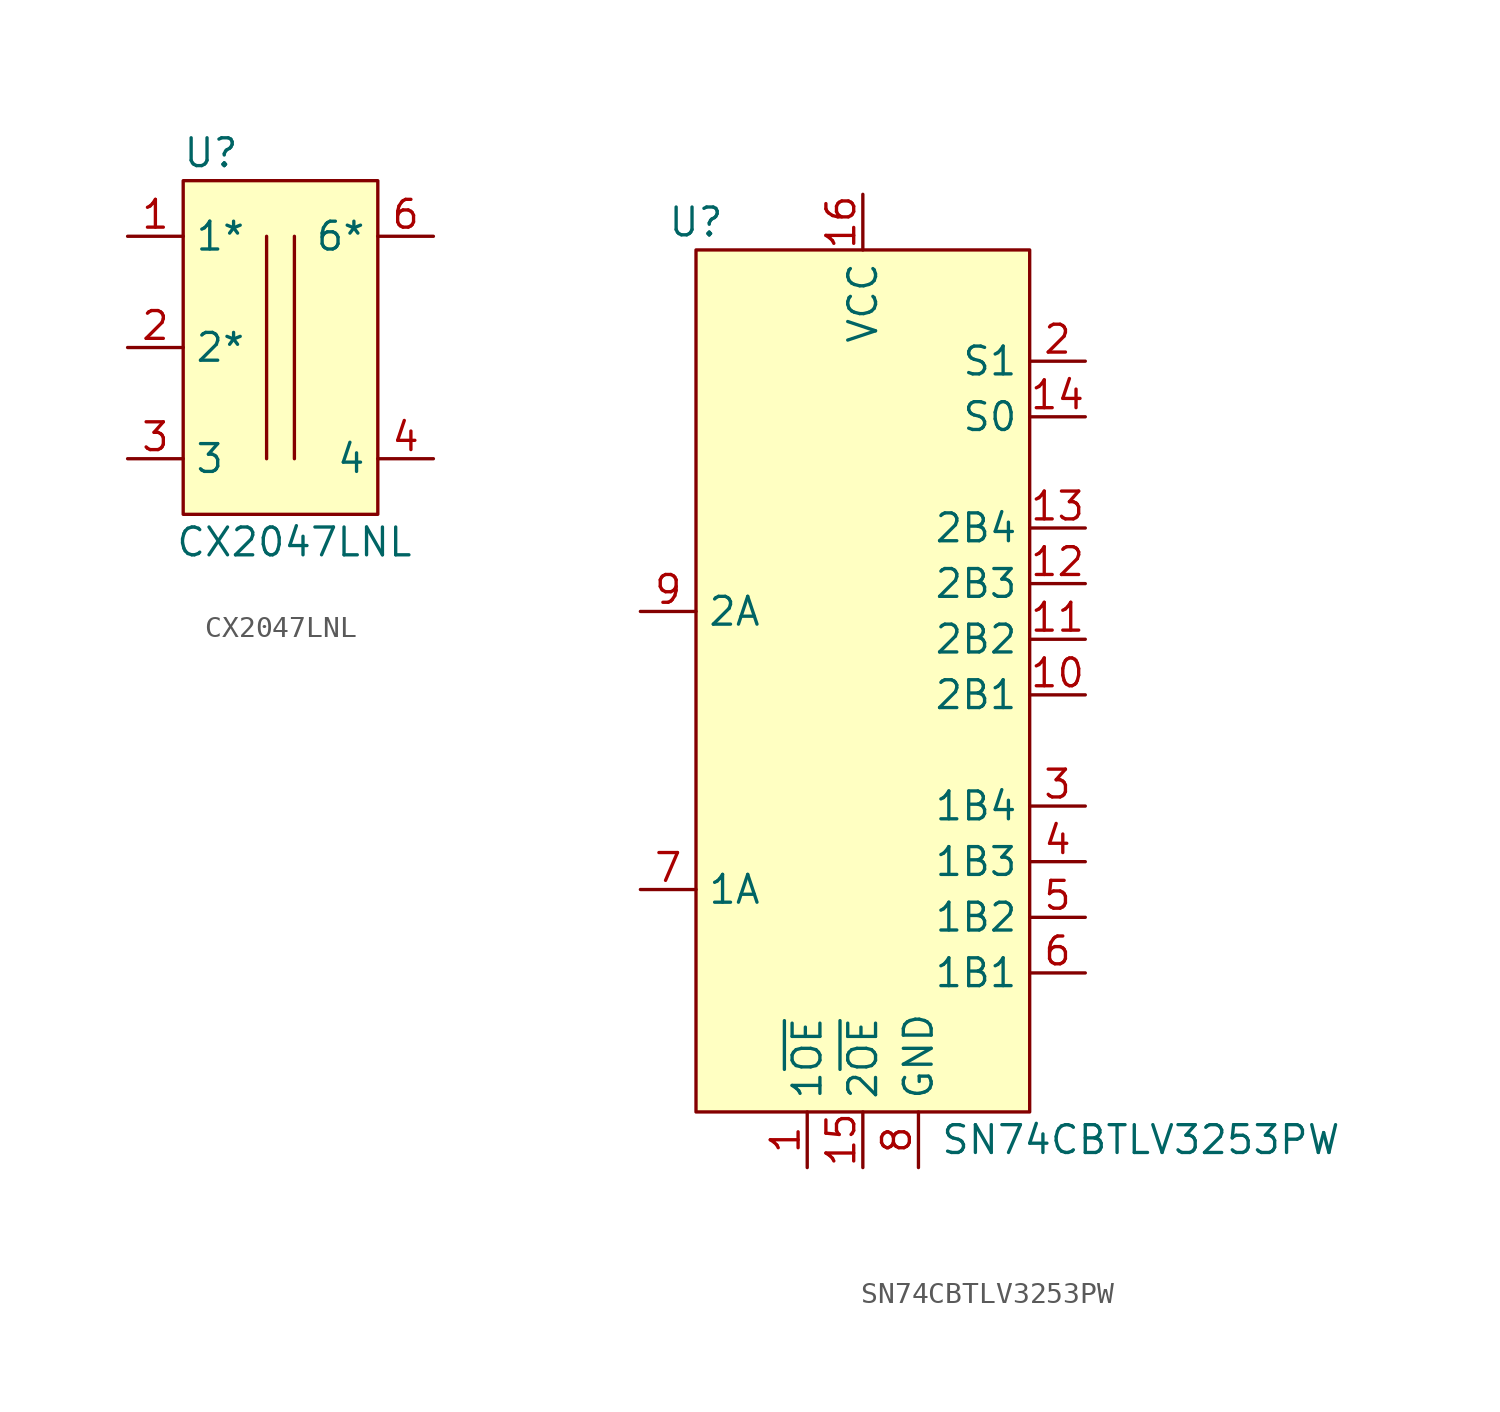
<source format=kicad_sym>
(kicad_symbol_lib
  (version 20211014)
  (generator kicad_symbol_editor)
  (symbol "CX2047LNL"
    (property "Reference" "U"
      (at 1.27 3.81 0)
      (effects (font (size 1.27 1.27))))
    (property "Value" "CX2047LNL"
      (at 5.08 -13.97 0)
      (effects (font (size 1.27 1.27))))
    (symbol "CX2047LNL_0_1"
      (polyline (pts (xy 3.81 0) (xy 3.81 -10.16)) (stroke (width 0) (type default) (color 0 0 0 0)) (fill (type none)))
      (polyline (pts (xy 5.08 0) (xy 5.08 -10.16)) (stroke (width 0) (type default) (color 0 0 0 0)) (fill (type none)))
      (rectangle (start 0 2.54) (end 8.89 -12.7) (stroke (width 0) (type default) (color 0 0 0 0)) (fill (type background))))
    (symbol "CX2047LNL_1_1"
      (pin input line (at -2.54 0 0) (length 2.54) (name "1*" (effects (font (size 1.27 1.27)))) (number "1" (effects (font (size 1.27 1.27)))))
      (pin input line (at -2.54 -5.08 0) (length 2.54) (name "2*" (effects (font (size 1.27 1.27)))) (number "2" (effects (font (size 1.27 1.27)))))
      (pin input line (at -2.54 -10.16 0) (length 2.54) (name "3" (effects (font (size 1.27 1.27)))) (number "3" (effects (font (size 1.27 1.27)))))
      (pin input line (at 11.43 -10.16 180) (length 2.54) (name "4" (effects (font (size 1.27 1.27)))) (number "4" (effects (font (size 1.27 1.27)))))
      (pin input line (at 11.43 0 180) (length 2.54) (name "6*" (effects (font (size 1.27 1.27)))) (number "6" (effects (font (size 1.27 1.27)))))))
  (symbol "SN74CBTLV3253PW"
    (property "Reference" "U"
      (at 0 6.35 0)
      (effects (font (size 1.27 1.27))))
    (property "Value" "SN74CBTLV3253PW"
      (at 20.32 -35.56 0)
      (effects (font (size 1.27 1.27))))
    (symbol "SN74CBTLV3253PW_0_1"
      (rectangle (start 0 5.08) (end 15.24 -34.29) (stroke (width 0) (type default) (color 0 0 0 0)) (fill (type background))))
    (symbol "SN74CBTLV3253PW_1_1"
      (pin input line (at 5.08 -36.83 90) (length 2.54) (name "1~{OE}" (effects (font (size 1.27 1.27)))) (number "1" (effects (font (size 1.27 1.27)))))
      (pin input line (at 17.78 -15.24 180) (length 2.54) (name "2B1" (effects (font (size 1.27 1.27)))) (number "10" (effects (font (size 1.27 1.27)))))
      (pin input line (at 17.78 -12.7 180) (length 2.54) (name "2B2" (effects (font (size 1.27 1.27)))) (number "11" (effects (font (size 1.27 1.27)))))
      (pin input line (at 17.78 -10.16 180) (length 2.54) (name "2B3" (effects (font (size 1.27 1.27)))) (number "12" (effects (font (size 1.27 1.27)))))
      (pin input line (at 17.78 -7.62 180) (length 2.54) (name "2B4" (effects (font (size 1.27 1.27)))) (number "13" (effects (font (size 1.27 1.27)))))
      (pin input line (at 17.78 -2.54 180) (length 2.54) (name "S0" (effects (font (size 1.27 1.27)))) (number "14" (effects (font (size 1.27 1.27)))))
      (pin input line (at 7.62 -36.83 90) (length 2.54) (name "2~{OE}" (effects (font (size 1.27 1.27)))) (number "15" (effects (font (size 1.27 1.27)))))
      (pin input line (at 7.62 7.62 270) (length 2.54) (name "VCC" (effects (font (size 1.27 1.27)))) (number "16" (effects (font (size 1.27 1.27)))))
      (pin input line (at 17.78 0 180) (length 2.54) (name "S1" (effects (font (size 1.27 1.27)))) (number "2" (effects (font (size 1.27 1.27)))))
      (pin input line (at 17.78 -20.32 180) (length 2.54) (name "1B4" (effects (font (size 1.27 1.27)))) (number "3" (effects (font (size 1.27 1.27)))))
      (pin input line (at 17.78 -22.86 180) (length 2.54) (name "1B3" (effects (font (size 1.27 1.27)))) (number "4" (effects (font (size 1.27 1.27)))))
      (pin input line (at 17.78 -25.4 180) (length 2.54) (name "1B2" (effects (font (size 1.27 1.27)))) (number "5" (effects (font (size 1.27 1.27)))))
      (pin input line (at 17.78 -27.94 180) (length 2.54) (name "1B1" (effects (font (size 1.27 1.27)))) (number "6" (effects (font (size 1.27 1.27)))))
      (pin input line (at -2.54 -24.13 0) (length 2.54) (name "1A" (effects (font (size 1.27 1.27)))) (number "7" (effects (font (size 1.27 1.27)))))
      (pin input line (at 10.16 -36.83 90) (length 2.54) (name "GND" (effects (font (size 1.27 1.27)))) (number "8" (effects (font (size 1.27 1.27)))))
      (pin input line (at -2.54 -11.43 0) (length 2.54) (name "2A" (effects (font (size 1.27 1.27)))) (number "9" (effects (font (size 1.27 1.27))))))))
</source>
